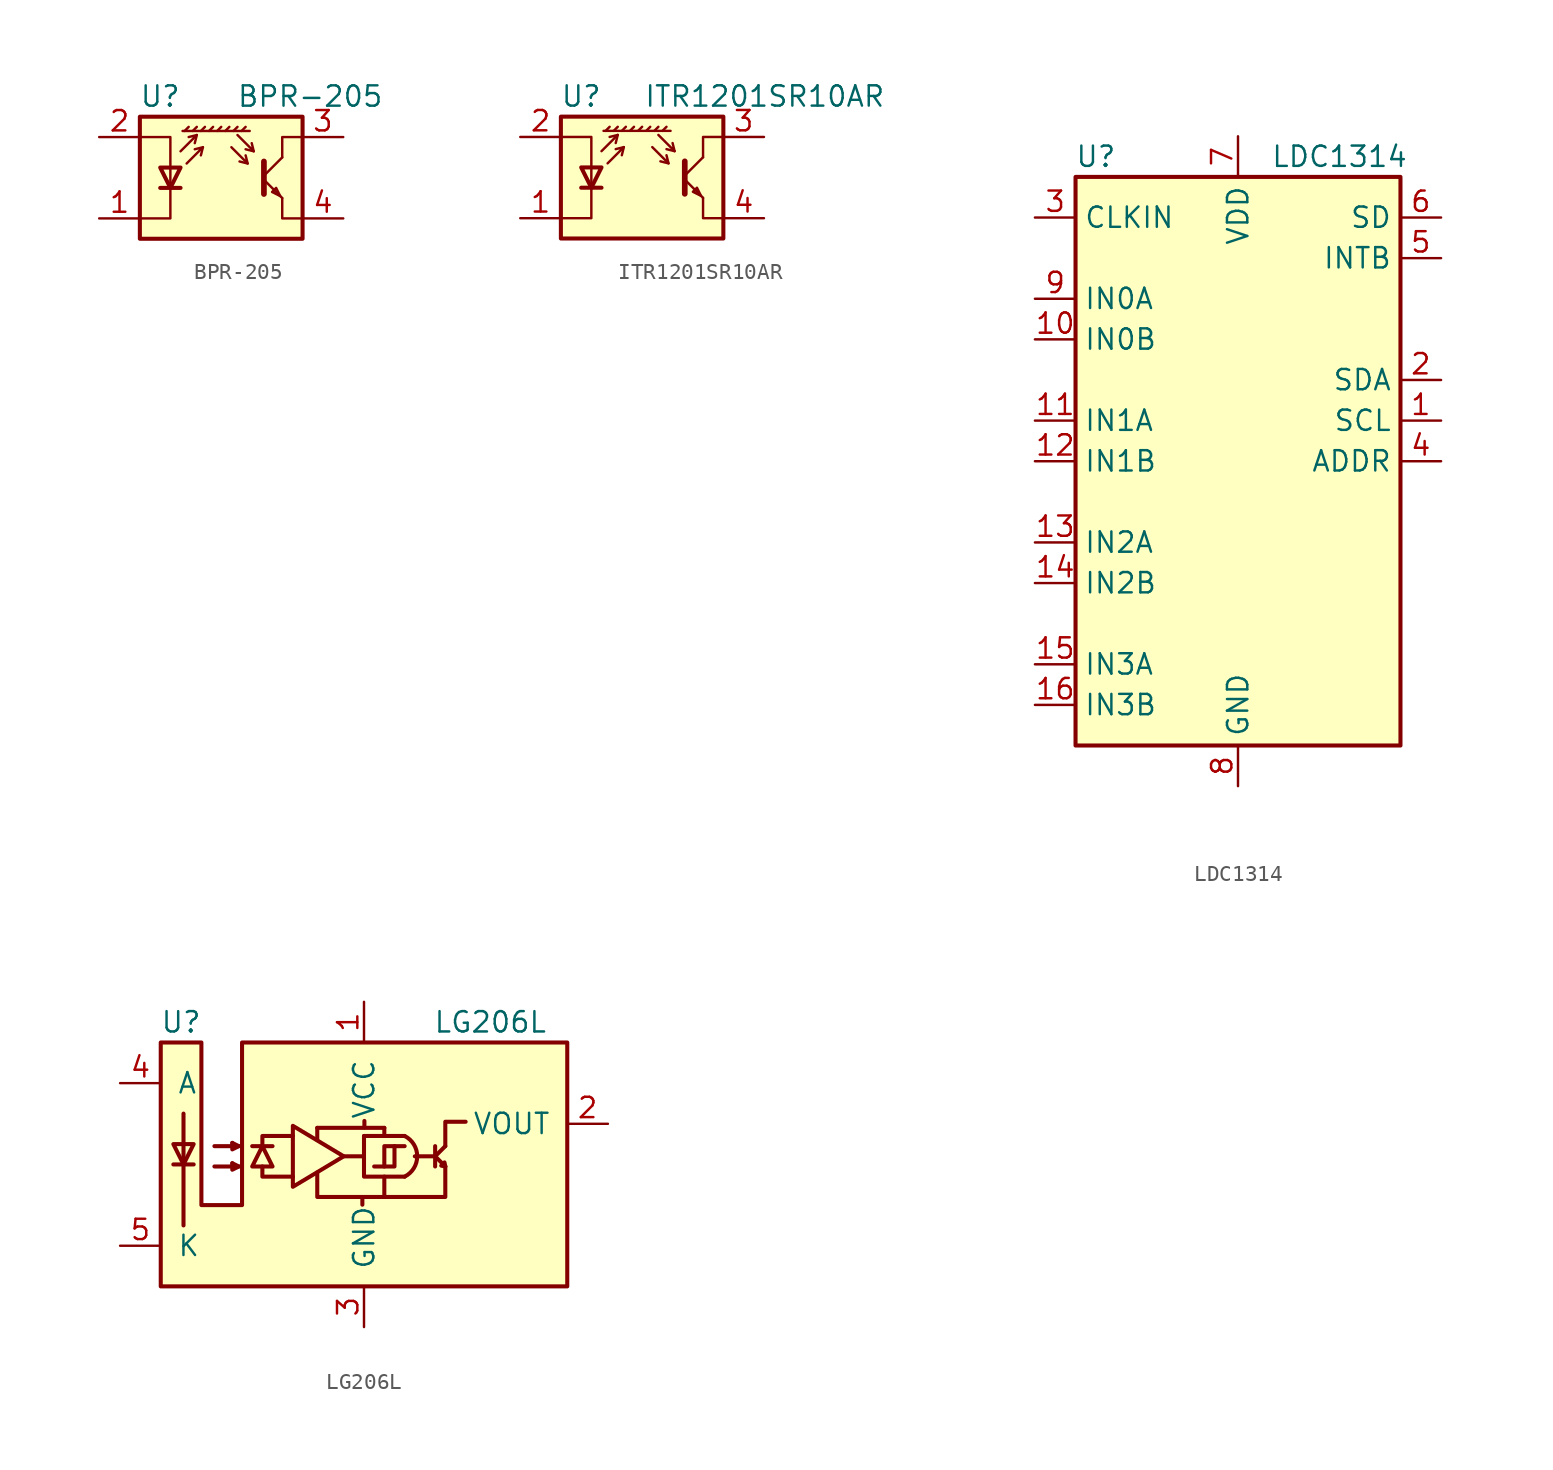
<source format=kicad_sym>
(kicad_symbol_lib
  (version 20220914)
  (generator kicad_symbol_editor)
  (symbol "BPR-205"
    (pin_names
      (offset 1.016) hide)
    (property "Reference" "U"
      (at -3.81 5.08 0)
      (effects (font (size 1.27 1.27))))
    (property "Value" "BPR-205"
      (at 10.16 5.08 0)
      (effects (font (size 1.27 1.27)) (justify right)))
    (symbol "BPR-205_0_1"
      (polyline (pts (xy -3.81 -0.635) (xy -2.54 -0.635)) (stroke (width 0.254) (type default)) (fill (type none)))
      (polyline (pts (xy -2.286 2.921) (xy -2.032 3.175)) (stroke (width 0) (type default)) (fill (type none)))
      (polyline (pts (xy -1.778 2.921) (xy -1.524 3.175)) (stroke (width 0) (type default)) (fill (type none)))
      (polyline (pts (xy -1.524 2.667) (xy -1.651 2.159)) (stroke (width 0) (type default)) (fill (type none)))
      (polyline (pts (xy -1.27 2.921) (xy -1.016 3.175)) (stroke (width 0) (type default)) (fill (type none)))
      (polyline (pts (xy -1.143 1.905) (xy -1.27 1.397)) (stroke (width 0) (type default)) (fill (type none)))
      (polyline (pts (xy -0.762 2.921) (xy -0.508 3.175)) (stroke (width 0) (type default)) (fill (type none)))
      (polyline (pts (xy -0.254 2.921) (xy 0 3.175)) (stroke (width 0) (type default)) (fill (type none)))
      (polyline (pts (xy 0.254 2.921) (xy 0.508 3.175)) (stroke (width 0) (type default)) (fill (type none)))
      (polyline (pts (xy 0.762 2.921) (xy 1.016 3.175)) (stroke (width 0) (type default)) (fill (type none)))
      (polyline (pts (xy 1.27 2.921) (xy 1.524 3.175)) (stroke (width 0) (type default)) (fill (type none)))
      (polyline (pts (xy 1.651 0.889) (xy 1.143 1.016)) (stroke (width 0) (type default)) (fill (type none)))
      (polyline (pts (xy 1.778 2.921) (xy -2.413 2.921)) (stroke (width 0) (type default)) (fill (type none)))
      (polyline (pts (xy 2.032 1.651) (xy 1.524 1.778)) (stroke (width 0) (type default)) (fill (type none)))
      (polyline (pts (xy 2.667 -0.127) (xy 3.81 -1.27)) (stroke (width 0) (type default)) (fill (type none)))
      (polyline (pts (xy 2.667 0.127) (xy 3.81 1.27)) (stroke (width 0) (type default)) (fill (type none)))
      (polyline (pts (xy -2.54 1.651) (xy -1.524 2.667) (xy -2.032 2.54)) (stroke (width 0) (type default)) (fill (type none)))
      (polyline (pts (xy -2.159 0.889) (xy -1.143 1.905) (xy -1.651 1.778)) (stroke (width 0) (type default)) (fill (type none)))
      (polyline (pts (xy 0.635 1.905) (xy 1.651 0.889) (xy 1.524 1.397)) (stroke (width 0) (type default)) (fill (type none)))
      (polyline (pts (xy 1.016 2.667) (xy 2.032 1.651) (xy 1.905 2.159)) (stroke (width 0) (type default)) (fill (type none)))
      (polyline (pts (xy 2.667 1.016) (xy 2.667 -1.016) (xy 2.667 -1.016)) (stroke (width 0.356) (type default)) (fill (type none)))
      (polyline (pts (xy 3.81 -1.27) (xy 3.81 -2.54) (xy 5.08 -2.54)) (stroke (width 0) (type default)) (fill (type none)))
      (polyline (pts (xy 3.81 1.27) (xy 3.81 2.54) (xy 5.08 2.54)) (stroke (width 0) (type default)) (fill (type none)))
      (polyline (pts (xy -5.08 -2.54) (xy -3.175 -2.54) (xy -3.175 2.54) (xy -5.08 2.54)) (stroke (width 0) (type default)) (fill (type none)))
      (polyline (pts (xy -3.175 -0.635) (xy -3.81 0.635) (xy -2.54 0.635) (xy -3.175 -0.635)) (stroke (width 0.254) (type default)) (fill (type none)))
      (polyline (pts (xy 3.683 -1.143) (xy 3.429 -0.635) (xy 3.175 -0.889) (xy 3.683 -1.143)) (stroke (width 0) (type default)) (fill (type none)))
      (polyline (pts (xy -5.08 -3.81) (xy 5.08 -3.81) (xy 5.08 3.81) (xy -5.08 3.81) (xy -5.08 -3.81)) (stroke (width 0.254) (type default)) (fill (type background))))
    (symbol "BPR-205_1_1"
      (pin passive line (at -7.62 -2.54 0) (length 2.54) (name "K" (effects (font (size 1.27 1.27)))) (number "1" (effects (font (size 1.27 1.27)))))
      (pin passive line (at -7.62 2.54 0) (length 2.54) (name "A" (effects (font (size 1.27 1.27)))) (number "2" (effects (font (size 1.27 1.27)))))
      (pin open_collector line (at 7.62 2.54 180) (length 2.54) (name "C" (effects (font (size 1.27 1.27)))) (number "3" (effects (font (size 1.27 1.27)))))
      (pin open_emitter line (at 7.62 -2.54 180) (length 2.54) (name "E" (effects (font (size 1.27 1.27)))) (number "4" (effects (font (size 1.27 1.27)))))))
  (symbol "ITR1201SR10AR"
    (pin_names
      (offset 0.025) hide)
    (property "Reference" "U"
      (at -3.81 5.08 0)
      (effects (font (size 1.27 1.27))))
    (property "Value" "ITR1201SR10AR"
      (at 15.24 5.08 0)
      (effects (font (size 1.27 1.27)) (justify right)))
    (symbol "ITR1201SR10AR_0_1"
      (polyline (pts (xy -3.81 -0.635) (xy -2.54 -0.635)) (stroke (width 0.254) (type default)) (fill (type none)))
      (polyline (pts (xy -2.286 2.921) (xy -2.032 3.175)) (stroke (width 0) (type default)) (fill (type none)))
      (polyline (pts (xy -1.778 2.921) (xy -1.524 3.175)) (stroke (width 0) (type default)) (fill (type none)))
      (polyline (pts (xy -1.524 2.667) (xy -1.651 2.159)) (stroke (width 0) (type default)) (fill (type none)))
      (polyline (pts (xy -1.27 2.921) (xy -1.016 3.175)) (stroke (width 0) (type default)) (fill (type none)))
      (polyline (pts (xy -1.143 1.905) (xy -1.27 1.397)) (stroke (width 0) (type default)) (fill (type none)))
      (polyline (pts (xy -0.762 2.921) (xy -0.508 3.175)) (stroke (width 0) (type default)) (fill (type none)))
      (polyline (pts (xy -0.254 2.921) (xy 0 3.175)) (stroke (width 0) (type default)) (fill (type none)))
      (polyline (pts (xy 0.254 2.921) (xy 0.508 3.175)) (stroke (width 0) (type default)) (fill (type none)))
      (polyline (pts (xy 0.762 2.921) (xy 1.016 3.175)) (stroke (width 0) (type default)) (fill (type none)))
      (polyline (pts (xy 1.27 2.921) (xy 1.524 3.175)) (stroke (width 0) (type default)) (fill (type none)))
      (polyline (pts (xy 1.651 0.889) (xy 1.143 1.016)) (stroke (width 0) (type default)) (fill (type none)))
      (polyline (pts (xy 1.778 2.921) (xy -2.413 2.921)) (stroke (width 0) (type default)) (fill (type none)))
      (polyline (pts (xy 2.032 1.651) (xy 1.524 1.778)) (stroke (width 0) (type default)) (fill (type none)))
      (polyline (pts (xy 2.667 -0.127) (xy 3.81 -1.27)) (stroke (width 0) (type default)) (fill (type none)))
      (polyline (pts (xy 2.667 0.127) (xy 3.81 1.27)) (stroke (width 0) (type default)) (fill (type none)))
      (polyline (pts (xy -2.54 1.651) (xy -1.524 2.667) (xy -2.032 2.54)) (stroke (width 0) (type default)) (fill (type none)))
      (polyline (pts (xy -2.159 0.889) (xy -1.143 1.905) (xy -1.651 1.778)) (stroke (width 0) (type default)) (fill (type none)))
      (polyline (pts (xy 0.635 1.905) (xy 1.651 0.889) (xy 1.524 1.397)) (stroke (width 0) (type default)) (fill (type none)))
      (polyline (pts (xy 1.016 2.667) (xy 2.032 1.651) (xy 1.905 2.159)) (stroke (width 0) (type default)) (fill (type none)))
      (polyline (pts (xy 2.667 1.016) (xy 2.667 -1.016) (xy 2.667 -1.016)) (stroke (width 0.356) (type default)) (fill (type none)))
      (polyline (pts (xy 3.81 -1.27) (xy 3.81 -2.54) (xy 5.08 -2.54)) (stroke (width 0) (type default)) (fill (type none)))
      (polyline (pts (xy 3.81 1.27) (xy 3.81 2.54) (xy 5.08 2.54)) (stroke (width 0) (type default)) (fill (type none)))
      (polyline (pts (xy -5.08 -2.54) (xy -3.175 -2.54) (xy -3.175 2.54) (xy -5.08 2.54)) (stroke (width 0) (type default)) (fill (type none)))
      (polyline (pts (xy -3.175 -0.635) (xy -3.81 0.635) (xy -2.54 0.635) (xy -3.175 -0.635)) (stroke (width 0.254) (type default)) (fill (type none)))
      (polyline (pts (xy 3.683 -1.143) (xy 3.429 -0.635) (xy 3.175 -0.889) (xy 3.683 -1.143)) (stroke (width 0) (type default)) (fill (type none)))
      (polyline (pts (xy -5.08 -3.81) (xy 5.08 -3.81) (xy 5.08 3.81) (xy -5.08 3.81) (xy -5.08 -3.81)) (stroke (width 0.254) (type default)) (fill (type background))))
    (symbol "ITR1201SR10AR_1_1"
      (pin passive line (at -7.62 -2.54 0) (length 2.54) (name "K" (effects (font (size 1.27 1.27)))) (number "1" (effects (font (size 1.27 1.27)))))
      (pin passive line (at -7.62 2.54 0) (length 2.54) (name "A" (effects (font (size 1.27 1.27)))) (number "2" (effects (font (size 1.27 1.27)))))
      (pin open_collector line (at 7.62 2.54 180) (length 2.54) (name "~" (effects (font (size 1.27 1.27)))) (number "3" (effects (font (size 1.27 1.27)))))
      (pin open_emitter line (at 7.62 -2.54 180) (length 2.54) (name "~" (effects (font (size 1.27 1.27)))) (number "4" (effects (font (size 1.27 1.27)))))))
  (symbol "LDC1314"
    (property "Reference" "U"
      (at -8.89 19.05 0)
      (effects (font (size 1.27 1.27))))
    (property "Value" "LDC1314"
      (at 6.35 19.05 0)
      (effects (font (size 1.27 1.27))))
    (symbol "LDC1314_0_1"
      (rectangle (start -10.16 -17.78) (end 10.16 17.78) (stroke (width 0.254) (type default)) (fill (type background))))
    (symbol "LDC1314_1_1"
      (pin input line (at 12.7 2.54 180) (length 2.54) (name "SCL" (effects (font (size 1.27 1.27)))) (number "1" (effects (font (size 1.27 1.27)))))
      (pin input line (at -12.7 7.62 0) (length 2.54) (name "IN0B" (effects (font (size 1.27 1.27)))) (number "10" (effects (font (size 1.27 1.27)))))
      (pin input line (at -12.7 2.54 0) (length 2.54) (name "IN1A" (effects (font (size 1.27 1.27)))) (number "11" (effects (font (size 1.27 1.27)))))
      (pin input line (at -12.7 0 0) (length 2.54) (name "IN1B" (effects (font (size 1.27 1.27)))) (number "12" (effects (font (size 1.27 1.27)))))
      (pin input line (at -12.7 -5.08 0) (length 2.54) (name "IN2A" (effects (font (size 1.27 1.27)))) (number "13" (effects (font (size 1.27 1.27)))))
      (pin input line (at -12.7 -7.62 0) (length 2.54) (name "IN2B" (effects (font (size 1.27 1.27)))) (number "14" (effects (font (size 1.27 1.27)))))
      (pin input line (at -12.7 -12.7 0) (length 2.54) (name "IN3A" (effects (font (size 1.27 1.27)))) (number "15" (effects (font (size 1.27 1.27)))))
      (pin input line (at -12.7 -15.24 0) (length 2.54) (name "IN3B" (effects (font (size 1.27 1.27)))) (number "16" (effects (font (size 1.27 1.27)))))
      (pin passive line (at 0 -20.32 90) (length 2.54) hide (name "GND" (effects (font (size 1.27 1.27)))) (number "17" (effects (font (size 1.27 1.27)))))
      (pin bidirectional line (at 12.7 5.08 180) (length 2.54) (name "SDA" (effects (font (size 1.27 1.27)))) (number "2" (effects (font (size 1.27 1.27)))))
      (pin input line (at -12.7 15.24 0) (length 2.54) (name "CLKIN" (effects (font (size 1.27 1.27)))) (number "3" (effects (font (size 1.27 1.27)))))
      (pin input line (at 12.7 0 180) (length 2.54) (name "ADDR" (effects (font (size 1.27 1.27)))) (number "4" (effects (font (size 1.27 1.27)))))
      (pin open_collector line (at 12.7 12.7 180) (length 2.54) (name "INTB" (effects (font (size 1.27 1.27)))) (number "5" (effects (font (size 1.27 1.27)))))
      (pin input line (at 12.7 15.24 180) (length 2.54) (name "SD" (effects (font (size 1.27 1.27)))) (number "6" (effects (font (size 1.27 1.27)))))
      (pin power_in line (at 0 20.32 270) (length 2.54) (name "VDD" (effects (font (size 1.27 1.27)))) (number "7" (effects (font (size 1.27 1.27)))))
      (pin power_in line (at 0 -20.32 90) (length 2.54) (name "GND" (effects (font (size 1.27 1.27)))) (number "8" (effects (font (size 1.27 1.27)))))
      (pin input line (at -12.7 10.16 0) (length 2.54) (name "IN0A" (effects (font (size 1.27 1.27)))) (number "9" (effects (font (size 1.27 1.27)))))))
  (symbol "LG206L"
    (pin_names
      (offset 1.016))
    (property "Reference" "U"
      (at -11.43 8.89 0)
      (effects (font (size 1.27 1.27))))
    (property "Value" "LG206L"
      (at 4.318 8.89 0)
      (effects (font (size 1.27 1.27)) (justify left)))
    (symbol "LG206L_0_1"
      (polyline (pts (xy -11.913 0) (xy -10.643 0)) (stroke (width 0.254) (type default)) (fill (type none)))
      (polyline (pts (xy -11.278 -3.81) (xy -11.278 3.175)) (stroke (width 0.254) (type default)) (fill (type none)))
      (polyline (pts (xy -6.985 1.143) (xy -5.715 1.143)) (stroke (width 0.254) (type default)) (fill (type none)))
      (polyline (pts (xy -2.921 1.524) (xy -2.921 2.286)) (stroke (width 0.254) (type default)) (fill (type none)))
      (polyline (pts (xy -2.921 2.286) (xy 1.27 2.286)) (stroke (width 0.254) (type default)) (fill (type none)))
      (polyline (pts (xy -1.27 0.508) (xy 0 0.508)) (stroke (width 0.254) (type default)) (fill (type none)))
      (polyline (pts (xy -0.102 -2.515) (xy -0.102 -2.083)) (stroke (width 0.254) (type default)) (fill (type none)))
      (polyline (pts (xy 0 1.778) (xy 2.54 1.778)) (stroke (width 0.254) (type default)) (fill (type none)))
      (polyline (pts (xy 0.025 2.311) (xy 0.025 2.718)) (stroke (width 0.254) (type default)) (fill (type none)))
      (polyline (pts (xy 1.27 1.93) (xy 1.27 2.286)) (stroke (width 0.254) (type default)) (fill (type none)))
      (polyline (pts (xy 3.175 0.508) (xy 4.445 0.508)) (stroke (width 0.254) (type default)) (fill (type none)))
      (polyline (pts (xy 4.445 0.508) (xy 5.08 -0.127)) (stroke (width 0.254) (type default)) (fill (type none)))
      (polyline (pts (xy 4.445 0.508) (xy 5.08 1.143)) (stroke (width 0.254) (type default)) (fill (type none)))
      (polyline (pts (xy 4.445 1.143) (xy 4.445 -0.127)) (stroke (width 0.254) (type default)) (fill (type none)))
      (polyline (pts (xy -9.347 -0.127) (xy -7.823 -0.127) (xy -8.23 0.076)) (stroke (width 0.254) (type default)) (fill (type none)))
      (polyline (pts (xy -9.347 1.143) (xy -7.823 1.143) (xy -8.23 1.346)) (stroke (width 0.254) (type default)) (fill (type none)))
      (polyline (pts (xy -8.23 0.076) (xy -8.23 -0.33) (xy -7.823 -0.127)) (stroke (width 0.254) (type default)) (fill (type none)))
      (polyline (pts (xy -8.23 1.346) (xy -8.23 0.94) (xy -7.823 1.143)) (stroke (width 0.254) (type default)) (fill (type none)))
      (polyline (pts (xy -6.35 -0.127) (xy -6.35 -0.762) (xy -4.445 -0.762)) (stroke (width 0.254) (type default)) (fill (type none)))
      (polyline (pts (xy -6.35 1.143) (xy -6.35 1.778) (xy -4.445 1.778)) (stroke (width 0.254) (type default)) (fill (type none)))
      (polyline (pts (xy 0 1.778) (xy 0 -0.762) (xy 2.54 -0.762)) (stroke (width 0.254) (type default)) (fill (type none)))
      (polyline (pts (xy 1.27 -2.032) (xy -2.921 -2.032) (xy -2.921 -0.508)) (stroke (width 0.254) (type default)) (fill (type none)))
      (polyline (pts (xy 1.905 1.143) (xy 1.27 1.143) (xy 1.27 -0.127)) (stroke (width 0.254) (type default)) (fill (type none)))
      (polyline (pts (xy 5.08 1.143) (xy 5.08 2.667) (xy 6.35 2.667)) (stroke (width 0.254) (type default)) (fill (type none)))
      (polyline (pts (xy -11.913 1.27) (xy -10.643 1.27) (xy -11.278 0) (xy -11.913 1.27)) (stroke (width 0.254) (type default)) (fill (type none)))
      (polyline (pts (xy -6.985 -0.127) (xy -5.715 -0.127) (xy -6.35 1.143) (xy -6.985 -0.127)) (stroke (width 0.254) (type default)) (fill (type none)))
      (polyline (pts (xy -4.445 2.413) (xy -4.445 -1.397) (xy -1.27 0.508) (xy -4.445 2.413)) (stroke (width 0.254) (type default)) (fill (type none)))
      (polyline (pts (xy 0.635 -0.127) (xy 1.905 -0.127) (xy 1.905 1.143) (xy 2.54 1.143)) (stroke (width 0.254) (type default)) (fill (type none)))
      (polyline (pts (xy 1.27 -0.762) (xy 1.27 -2.032) (xy 5.08 -2.032) (xy 5.08 -0.127)) (stroke (width 0.254) (type default)) (fill (type none)))
      (polyline (pts (xy 5.08 -0.127) (xy 4.826 -0.076) (xy 5.029 0.127) (xy 5.08 -0.127)) (stroke (width 0.254) (type default)) (fill (type none)))
      (polyline (pts (xy -12.7 -7.62) (xy 12.7 -7.62) (xy 12.7 7.62) (xy -7.62 7.62) (xy -7.62 -2.54) (xy -10.16 -2.54) (xy -10.16 7.62) (xy -12.7 7.62) (xy -12.7 -7.62)) (stroke (width 0.254) (type default)) (fill (type background)))
      (arc (start 2.54 -0.762) (mid 3.3249 0.508) (end 2.54 1.778) (stroke (width 0.254) (type default)) (fill (type none))))
    (symbol "LG206L_1_1"
      (pin power_in line (at 0 10.16 270) (length 2.54) (name "VCC" (effects (font (size 1.27 1.27)))) (number "1" (effects (font (size 1.27 1.27)))))
      (pin open_collector line (at 15.24 2.54 180) (length 2.54) (name "VOUT" (effects (font (size 1.27 1.27)))) (number "2" (effects (font (size 1.27 1.27)))))
      (pin power_in line (at 0 -10.16 90) (length 2.54) (name "GND" (effects (font (size 1.27 1.27)))) (number "3" (effects (font (size 1.27 1.27)))))
      (pin passive line (at -15.24 5.08 0) (length 2.54) (name "A" (effects (font (size 1.27 1.27)))) (number "4" (effects (font (size 1.27 1.27)))))
      (pin passive line (at -15.24 -5.08 0) (length 2.54) (name "K" (effects (font (size 1.27 1.27)))) (number "5" (effects (font (size 1.27 1.27))))))))
</source>
